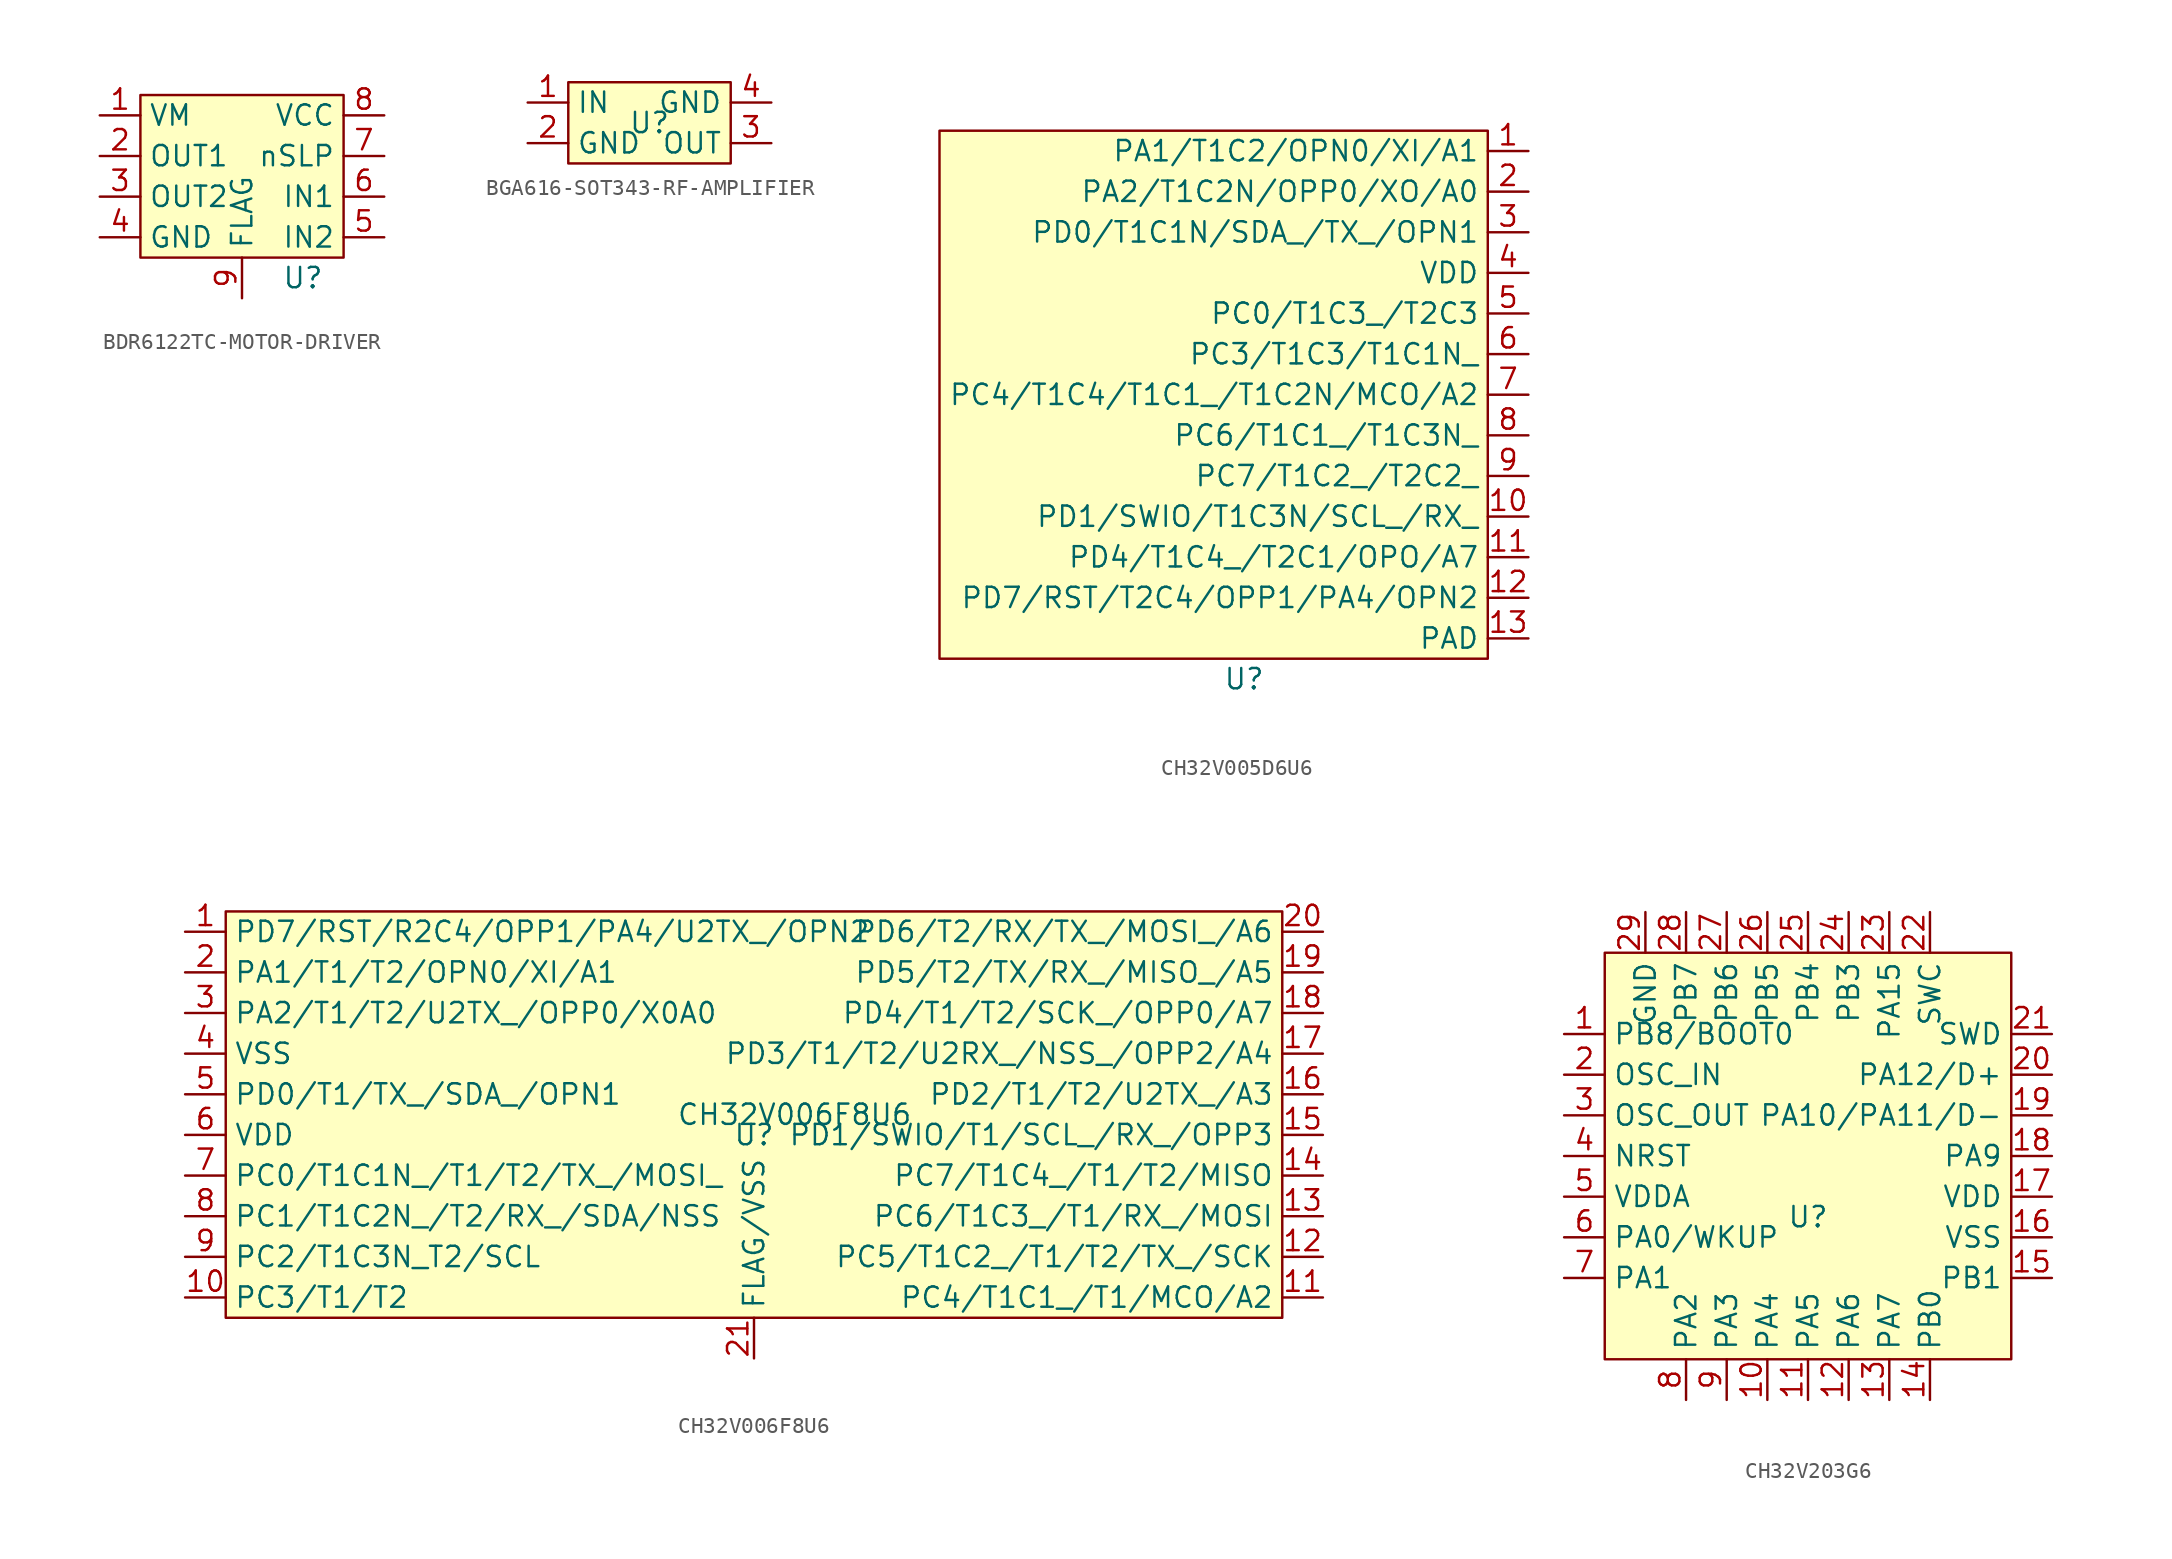
<source format=kicad_sym>
(kicad_symbol_lib
  (version 20241209)
  (generator "kicad_symbol_editor")
  (generator_version "9.0")
  (symbol "BDR6122TC-MOTOR-DRIVER"
    (property "Reference" "U"
      (at 3.81 -6.35 0)
      (effects (font (size 1.27 1.27))))
    (symbol "BDR6122TC-MOTOR-DRIVER_1_1"
      (rectangle (start -6.35 5.08) (end 6.35 -5.08) (stroke (width 0) (type default)) (fill (type background)))
      (pin input line (at -8.89 3.81 0) (length 2.54) (name "VM" (effects (font (size 1.27 1.27)))) (number "1" (effects (font (size 1.27 1.27)))))
      (pin output line (at -8.89 1.27 0) (length 2.54) (name "OUT1" (effects (font (size 1.27 1.27)))) (number "2" (effects (font (size 1.27 1.27)))))
      (pin output line (at -8.89 -1.27 0) (length 2.54) (name "OUT2" (effects (font (size 1.27 1.27)))) (number "3" (effects (font (size 1.27 1.27)))))
      (pin bidirectional line (at -8.89 -3.81 0) (length 2.54) (name "GND" (effects (font (size 1.27 1.27)))) (number "4" (effects (font (size 1.27 1.27)))))
      (pin bidirectional line (at 0 -7.62 90) (length 2.54) (name "FLAG" (effects (font (size 1.27 1.27)))) (number "9" (effects (font (size 1.27 1.27)))))
      (pin input line (at 8.89 3.81 180) (length 2.54) (name "VCC" (effects (font (size 1.27 1.27)))) (number "8" (effects (font (size 1.27 1.27)))))
      (pin input line (at 8.89 1.27 180) (length 2.54) (name "nSLP" (effects (font (size 1.27 1.27)))) (number "7" (effects (font (size 1.27 1.27)))))
      (pin input line (at 8.89 -1.27 180) (length 2.54) (name "IN1" (effects (font (size 1.27 1.27)))) (number "6" (effects (font (size 1.27 1.27)))))
      (pin input line (at 8.89 -3.81 180) (length 2.54) (name "IN2" (effects (font (size 1.27 1.27)))) (number "5" (effects (font (size 1.27 1.27)))))))
  (symbol "BGA616-SOT343-RF-AMPLIFIER"
    (property "Reference" "U"
      (at 0 0 0)
      (effects (font (size 1.27 1.27))))
    (property "Value" ""
      (at 0 0 0)
      (effects (font (size 1.27 1.27))))
    (symbol "BGA616-SOT343-RF-AMPLIFIER_1_1"
      (rectangle (start -5.08 2.54) (end 5.08 -2.54) (stroke (width 0) (type default)) (fill (type background)))
      (pin bidirectional line (at -7.62 1.27 0) (length 2.54) (name "IN" (effects (font (size 1.27 1.27)))) (number "1" (effects (font (size 1.27 1.27)))))
      (pin bidirectional line (at -7.62 -1.27 0) (length 2.54) (name "GND" (effects (font (size 1.27 1.27)))) (number "2" (effects (font (size 1.27 1.27)))))
      (pin bidirectional line (at 7.62 1.27 180) (length 2.54) (name "GND" (effects (font (size 1.27 1.27)))) (number "4" (effects (font (size 1.27 1.27)))))
      (pin bidirectional line (at 7.62 -1.27 180) (length 2.54) (name "OUT" (effects (font (size 1.27 1.27)))) (number "3" (effects (font (size 1.27 1.27)))))))
  (symbol "CH32V005D6U6"
    (property "Reference" "U"
      (at 0 -17.78 0)
      (effects (font (size 1.27 1.27))))
    (property "Value" ""
      (at -9.525 7.62 0)
      (effects (font (size 1.27 1.27))))
    (symbol "CH32V005D6U6_1_1"
      (rectangle (start 15.24 16.51) (end -19.05 -16.51) (stroke (width 0) (type default)) (fill (type background)))
      (pin bidirectional line (at 17.78 15.24 180) (length 2.54) (name "PA1/T1C2/OPN0/XI/A1" (effects (font (size 1.27 1.27)))) (number "1" (effects (font (size 1.27 1.27)))))
      (pin bidirectional line (at 17.78 12.7 180) (length 2.54) (name "PA2/T1C2N/OPP0/XO/A0" (effects (font (size 1.27 1.27)))) (number "2" (effects (font (size 1.27 1.27)))))
      (pin bidirectional line (at 17.78 10.16 180) (length 2.54) (name "PD0/T1C1N/SDA_/TX_/OPN1" (effects (font (size 1.27 1.27)))) (number "3" (effects (font (size 1.27 1.27)))))
      (pin bidirectional line (at 17.78 7.62 180) (length 2.54) (name "VDD" (effects (font (size 1.27 1.27)))) (number "4" (effects (font (size 1.27 1.27)))))
      (pin bidirectional line (at 17.78 5.08 180) (length 2.54) (name "PC0/T1C3_/T2C3" (effects (font (size 1.27 1.27)))) (number "5" (effects (font (size 1.27 1.27)))))
      (pin bidirectional line (at 17.78 2.54 180) (length 2.54) (name "PC3/T1C3/T1C1N_" (effects (font (size 1.27 1.27)))) (number "6" (effects (font (size 1.27 1.27)))))
      (pin bidirectional line (at 17.78 0 180) (length 2.54) (name "PC4/T1C4/T1C1_/T1C2N/MCO/A2" (effects (font (size 1.27 1.27)))) (number "7" (effects (font (size 1.27 1.27)))))
      (pin bidirectional line (at 17.78 -2.54 180) (length 2.54) (name "PC6/T1C1_/T1C3N_" (effects (font (size 1.27 1.27)))) (number "8" (effects (font (size 1.27 1.27)))))
      (pin bidirectional line (at 17.78 -5.08 180) (length 2.54) (name "PC7/T1C2_/T2C2_" (effects (font (size 1.27 1.27)))) (number "9" (effects (font (size 1.27 1.27)))))
      (pin bidirectional line (at 17.78 -7.62 180) (length 2.54) (name "PD1/SWIO/T1C3N/SCL_/RX_" (effects (font (size 1.27 1.27)))) (number "10" (effects (font (size 1.27 1.27)))))
      (pin bidirectional line (at 17.78 -10.16 180) (length 2.54) (name "PD4/T1C4_/T2C1/OPO/A7" (effects (font (size 1.27 1.27)))) (number "11" (effects (font (size 1.27 1.27)))))
      (pin bidirectional line (at 17.78 -12.7 180) (length 2.54) (name "PD7/RST/T2C4/OPP1/PA4/OPN2" (effects (font (size 1.27 1.27)))) (number "12" (effects (font (size 1.27 1.27)))))
      (pin bidirectional line (at 17.78 -15.24 180) (length 2.54) (name "PAD" (effects (font (size 1.27 1.27)))) (number "13" (effects (font (size 1.27 1.27)))))))
  (symbol "CH32V006F8U6"
    (property "Reference" "U"
      (at 0 -1.27 0)
      (effects (font (size 1.27 1.27))))
    (property "Value" "CH32V006F8U6"
      (at 2.54 0 0)
      (effects (font (size 1.27 1.27))))
    (symbol "CH32V006F8U6_1_1"
      (rectangle (start -33.02 12.7) (end 33.02 -12.7) (stroke (width 0) (type default)) (fill (type background)))
      (pin bidirectional line (at -35.56 11.43 0) (length 2.54) (name "PD7/RST/R2C4/OPP1/PA4/U2TX_/OPN2" (effects (font (size 1.27 1.27)))) (number "1" (effects (font (size 1.27 1.27)))))
      (pin bidirectional line (at -35.56 8.89 0) (length 2.54) (name "PA1/T1/T2/OPN0/XI/A1" (effects (font (size 1.27 1.27)))) (number "2" (effects (font (size 1.27 1.27)))))
      (pin bidirectional line (at -35.56 6.35 0) (length 2.54) (name "PA2/T1/T2/U2TX_/OPP0/X0A0" (effects (font (size 1.27 1.27)))) (number "3" (effects (font (size 1.27 1.27)))))
      (pin bidirectional line (at -35.56 3.81 0) (length 2.54) (name "VSS" (effects (font (size 1.27 1.27)))) (number "4" (effects (font (size 1.27 1.27)))))
      (pin bidirectional line (at -35.56 1.27 0) (length 2.54) (name "PD0/T1/TX_/SDA_/OPN1" (effects (font (size 1.27 1.27)))) (number "5" (effects (font (size 1.27 1.27)))))
      (pin bidirectional line (at -35.56 -1.27 0) (length 2.54) (name "VDD" (effects (font (size 1.27 1.27)))) (number "6" (effects (font (size 1.27 1.27)))))
      (pin bidirectional line (at -35.56 -3.81 0) (length 2.54) (name "PC0/T1C1N_/T1/T2/TX_/MOSI_" (effects (font (size 1.27 1.27)))) (number "7" (effects (font (size 1.27 1.27)))))
      (pin bidirectional line (at -35.56 -6.35 0) (length 2.54) (name "PC1/T1C2N_/T2/RX_/SDA/NSS" (effects (font (size 1.27 1.27)))) (number "8" (effects (font (size 1.27 1.27)))))
      (pin bidirectional line (at -35.56 -8.89 0) (length 2.54) (name "PC2/T1C3N_T2/SCL" (effects (font (size 1.27 1.27)))) (number "9" (effects (font (size 1.27 1.27)))))
      (pin bidirectional line (at -35.56 -11.43 0) (length 2.54) (name "PC3/T1/T2" (effects (font (size 1.27 1.27)))) (number "10" (effects (font (size 1.27 1.27)))))
      (pin bidirectional line (at 0 -15.24 90) (length 2.54) (name "FLAG/VSS" (effects (font (size 1.27 1.27)))) (number "21" (effects (font (size 1.27 1.27)))))
      (pin bidirectional line (at 35.56 11.43 180) (length 2.54) (name "PD6/T2/RX/TX_/MOSI_/A6" (effects (font (size 1.27 1.27)))) (number "20" (effects (font (size 1.27 1.27)))))
      (pin bidirectional line (at 35.56 8.89 180) (length 2.54) (name "PD5/T2/TX/RX_/MISO_/A5" (effects (font (size 1.27 1.27)))) (number "19" (effects (font (size 1.27 1.27)))))
      (pin bidirectional line (at 35.56 6.35 180) (length 2.54) (name "PD4/T1/T2/SCK_/OPP0/A7" (effects (font (size 1.27 1.27)))) (number "18" (effects (font (size 1.27 1.27)))))
      (pin bidirectional line (at 35.56 3.81 180) (length 2.54) (name "PD3/T1/T2/U2RX_/NSS_/OPP2/A4" (effects (font (size 1.27 1.27)))) (number "17" (effects (font (size 1.27 1.27)))))
      (pin bidirectional line (at 35.56 1.27 180) (length 2.54) (name "PD2/T1/T2/U2TX_/A3" (effects (font (size 1.27 1.27)))) (number "16" (effects (font (size 1.27 1.27)))))
      (pin bidirectional line (at 35.56 -1.27 180) (length 2.54) (name "PD1/SWIO/T1/SCL_/RX_/OPP3" (effects (font (size 1.27 1.27)))) (number "15" (effects (font (size 1.27 1.27)))))
      (pin bidirectional line (at 35.56 -3.81 180) (length 2.54) (name "PC7/T1C4_/T1/T2/MISO" (effects (font (size 1.27 1.27)))) (number "14" (effects (font (size 1.27 1.27)))))
      (pin bidirectional line (at 35.56 -6.35 180) (length 2.54) (name "PC6/T1C3_/T1/RX_/MOSI" (effects (font (size 1.27 1.27)))) (number "13" (effects (font (size 1.27 1.27)))))
      (pin bidirectional line (at 35.56 -8.89 180) (length 2.54) (name "PC5/T1C2_/T1/T2/TX_/SCK" (effects (font (size 1.27 1.27)))) (number "12" (effects (font (size 1.27 1.27)))))
      (pin bidirectional line (at 35.56 -11.43 180) (length 2.54) (name "PC4/T1C1_/T1/MCO/A2" (effects (font (size 1.27 1.27)))) (number "11" (effects (font (size 1.27 1.27)))))))
  (symbol "CH32V203G6"
    (property "Reference" "U"
      (at 0 -3.81 0)
      (effects (font (size 1.27 1.27))))
    (property "Value" ""
      (at 0 -3.81 0)
      (effects (font (size 1.27 1.27))))
    (symbol "CH32V203G6_1_1"
      (rectangle (start -12.7 12.7) (end 12.7 -12.7) (stroke (width 0) (type default)) (fill (type background)))
      (pin bidirectional line (at -15.24 7.62 0) (length 2.54) (name "PB8/BOOT0" (effects (font (size 1.27 1.27)))) (number "1" (effects (font (size 1.27 1.27)))))
      (pin bidirectional line (at -15.24 5.08 0) (length 2.54) (name "OSC_IN" (effects (font (size 1.27 1.27)))) (number "2" (effects (font (size 1.27 1.27)))))
      (pin bidirectional line (at -15.24 2.54 0) (length 2.54) (name "OSC_OUT" (effects (font (size 1.27 1.27)))) (number "3" (effects (font (size 1.27 1.27)))))
      (pin bidirectional line (at -15.24 0 0) (length 2.54) (name "NRST" (effects (font (size 1.27 1.27)))) (number "4" (effects (font (size 1.27 1.27)))))
      (pin bidirectional line (at -15.24 -2.54 0) (length 2.54) (name "VDDA" (effects (font (size 1.27 1.27)))) (number "5" (effects (font (size 1.27 1.27)))))
      (pin bidirectional line (at -15.24 -5.08 0) (length 2.54) (name "PA0/WKUP" (effects (font (size 1.27 1.27)))) (number "6" (effects (font (size 1.27 1.27)))))
      (pin bidirectional line (at -15.24 -7.62 0) (length 2.54) (name "PA1" (effects (font (size 1.27 1.27)))) (number "7" (effects (font (size 1.27 1.27)))))
      (pin bidirectional line (at -10.16 15.24 270) (length 2.54) (name "GND" (effects (font (size 1.27 1.27)))) (number "29" (effects (font (size 1.27 1.27)))))
      (pin bidirectional line (at -7.62 15.24 270) (length 2.54) (name "PB7" (effects (font (size 1.27 1.27)))) (number "28" (effects (font (size 1.27 1.27)))))
      (pin bidirectional line (at -7.62 -15.24 90) (length 2.54) (name "PA2" (effects (font (size 1.27 1.27)))) (number "8" (effects (font (size 1.27 1.27)))))
      (pin bidirectional line (at -5.08 15.24 270) (length 2.54) (name "PB6" (effects (font (size 1.27 1.27)))) (number "27" (effects (font (size 1.27 1.27)))))
      (pin bidirectional line (at -5.08 -15.24 90) (length 2.54) (name "PA3" (effects (font (size 1.27 1.27)))) (number "9" (effects (font (size 1.27 1.27)))))
      (pin bidirectional line (at -2.54 15.24 270) (length 2.54) (name "PB5" (effects (font (size 1.27 1.27)))) (number "26" (effects (font (size 1.27 1.27)))))
      (pin bidirectional line (at -2.54 -15.24 90) (length 2.54) (name "PA4" (effects (font (size 1.27 1.27)))) (number "10" (effects (font (size 1.27 1.27)))))
      (pin bidirectional line (at 0 15.24 270) (length 2.54) (name "PB4" (effects (font (size 1.27 1.27)))) (number "25" (effects (font (size 1.27 1.27)))))
      (pin bidirectional line (at 0 -15.24 90) (length 2.54) (name "PA5" (effects (font (size 1.27 1.27)))) (number "11" (effects (font (size 1.27 1.27)))))
      (pin bidirectional line (at 2.54 15.24 270) (length 2.54) (name "PB3" (effects (font (size 1.27 1.27)))) (number "24" (effects (font (size 1.27 1.27)))))
      (pin bidirectional line (at 2.54 -15.24 90) (length 2.54) (name "PA6" (effects (font (size 1.27 1.27)))) (number "12" (effects (font (size 1.27 1.27)))))
      (pin bidirectional line (at 5.08 15.24 270) (length 2.54) (name "PA15" (effects (font (size 1.27 1.27)))) (number "23" (effects (font (size 1.27 1.27)))))
      (pin bidirectional line (at 5.08 -15.24 90) (length 2.54) (name "PA7" (effects (font (size 1.27 1.27)))) (number "13" (effects (font (size 1.27 1.27)))))
      (pin bidirectional line (at 7.62 15.24 270) (length 2.54) (name "SWC" (effects (font (size 1.27 1.27)))) (number "22" (effects (font (size 1.27 1.27)))))
      (pin bidirectional line (at 7.62 -15.24 90) (length 2.54) (name "PB0" (effects (font (size 1.27 1.27)))) (number "14" (effects (font (size 1.27 1.27)))))
      (pin bidirectional line (at 15.24 7.62 180) (length 2.54) (name "SWD" (effects (font (size 1.27 1.27)))) (number "21" (effects (font (size 1.27 1.27)))))
      (pin bidirectional line (at 15.24 5.08 180) (length 2.54) (name "PA12/D+" (effects (font (size 1.27 1.27)))) (number "20" (effects (font (size 1.27 1.27)))))
      (pin bidirectional line (at 15.24 2.54 180) (length 2.54) (name "PA10/PA11/D-" (effects (font (size 1.27 1.27)))) (number "19" (effects (font (size 1.27 1.27)))))
      (pin bidirectional line (at 15.24 0 180) (length 2.54) (name "PA9" (effects (font (size 1.27 1.27)))) (number "18" (effects (font (size 1.27 1.27)))))
      (pin bidirectional line (at 15.24 -2.54 180) (length 2.54) (name "VDD" (effects (font (size 1.27 1.27)))) (number "17" (effects (font (size 1.27 1.27)))))
      (pin bidirectional line (at 15.24 -5.08 180) (length 2.54) (name "VSS" (effects (font (size 1.27 1.27)))) (number "16" (effects (font (size 1.27 1.27)))))
      (pin bidirectional line (at 15.24 -7.62 180) (length 2.54) (name "PB1" (effects (font (size 1.27 1.27)))) (number "15" (effects (font (size 1.27 1.27))))))))
</source>
